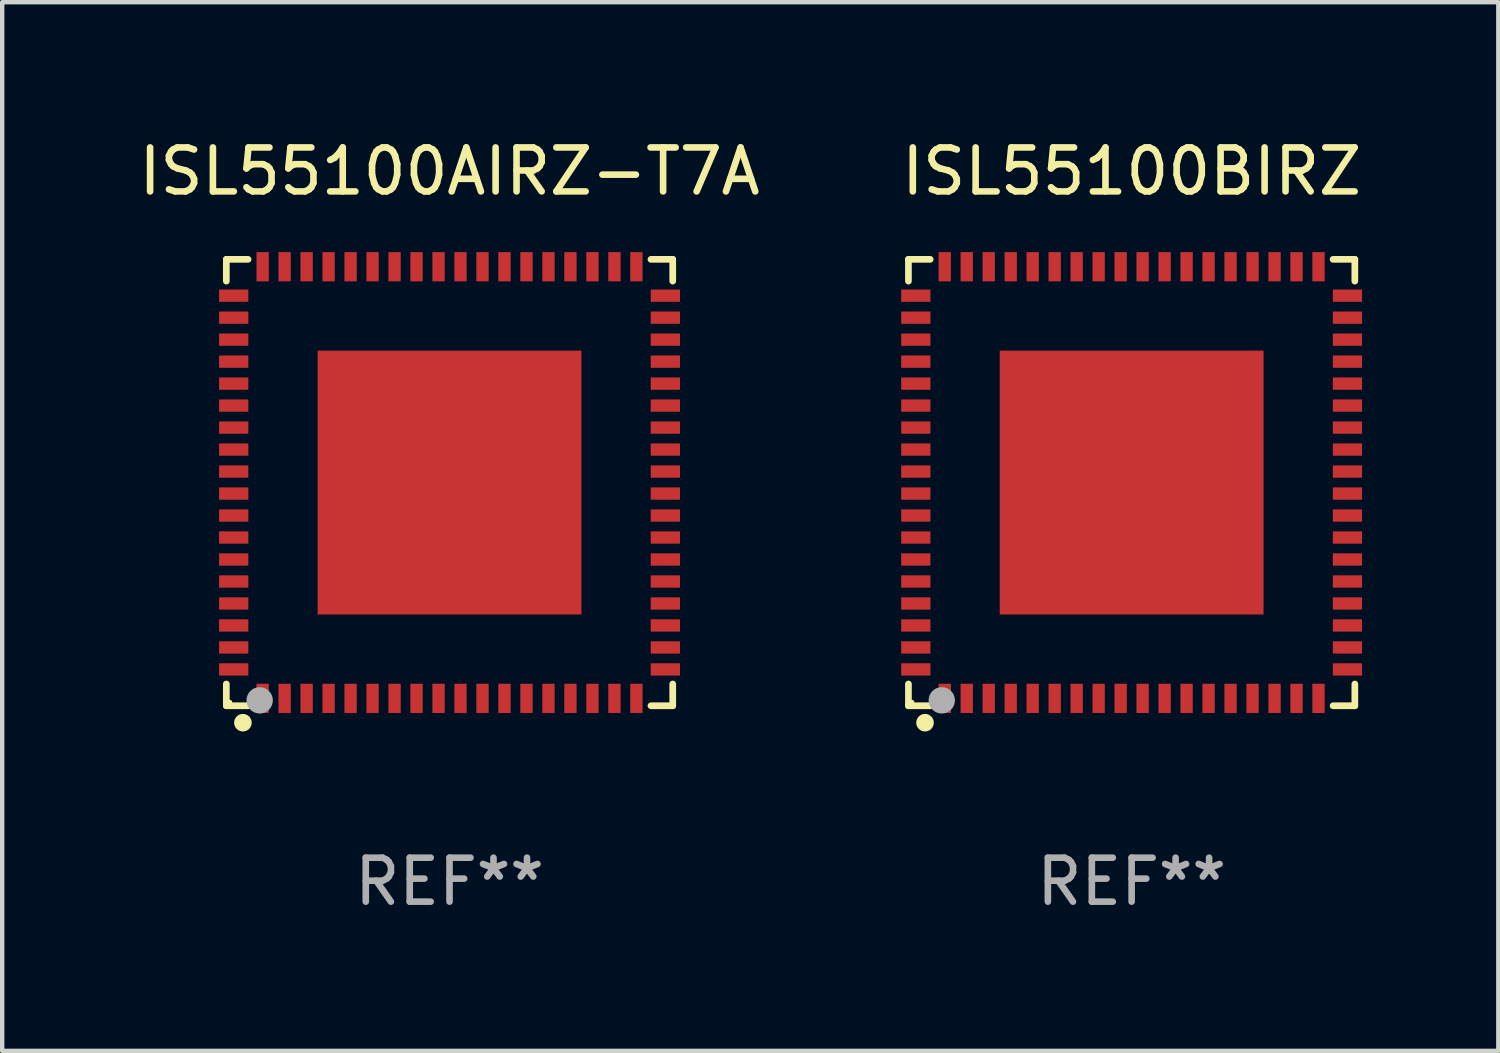
<source format=kicad_pcb>
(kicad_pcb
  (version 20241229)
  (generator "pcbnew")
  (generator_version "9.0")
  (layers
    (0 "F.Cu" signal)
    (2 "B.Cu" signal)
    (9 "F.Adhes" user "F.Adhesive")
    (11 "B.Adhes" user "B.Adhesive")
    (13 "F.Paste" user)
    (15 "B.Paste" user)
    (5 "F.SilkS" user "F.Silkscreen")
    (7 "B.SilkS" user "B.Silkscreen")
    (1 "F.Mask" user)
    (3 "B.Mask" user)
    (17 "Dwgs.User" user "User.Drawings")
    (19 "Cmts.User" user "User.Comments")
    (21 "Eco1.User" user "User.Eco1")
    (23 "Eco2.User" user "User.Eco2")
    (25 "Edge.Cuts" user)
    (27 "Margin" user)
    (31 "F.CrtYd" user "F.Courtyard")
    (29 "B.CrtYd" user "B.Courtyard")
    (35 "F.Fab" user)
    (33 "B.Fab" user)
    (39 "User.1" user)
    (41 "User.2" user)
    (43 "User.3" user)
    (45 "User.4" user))
  (footprint "ISL55100AIRZ-T7A"
    (layer "F.Cu")
    (at 7.173 7.924)
    (property "Reference" "ISL55100AIRZ-T7A" (at 0 -7.076 0) (layer "F.SilkS") (effects (font (size 1 1) (thickness 0.15))))
    (attr through_hole)
    (fp_line (start -5.076 -5.076) (end -4.581 -5.076) (stroke (width 0.152) (type solid)) (layer "F.SilkS"))
    (fp_line (start -5.076 -4.581) (end -5.076 -5.076) (stroke (width 0.152) (type solid)) (layer "F.SilkS"))
    (fp_line (start -5.076 4.581) (end -5.076 5.076) (stroke (width 0.152) (type solid)) (layer "F.SilkS"))
    (fp_line (start -5.076 5.076) (end -4.581 5.076) (stroke (width 0.152) (type solid)) (layer "F.SilkS"))
    (fp_line (start 5.076 -5.076) (end 4.581 -5.076) (stroke (width 0.152) (type solid)) (layer "F.SilkS"))
    (fp_line (start 5.076 -4.581) (end 5.076 -5.076) (stroke (width 0.152) (type solid)) (layer "F.SilkS"))
    (fp_line (start 5.076 4.581) (end 5.076 5.076) (stroke (width 0.152) (type solid)) (layer "F.SilkS"))
    (fp_line (start 5.076 5.076) (end 4.581 5.076) (stroke (width 0.152) (type solid)) (layer "F.SilkS"))
    (fp_circle (center -5 5) (end -4.97 5) (stroke (width 0.06) (type solid)) (fill no) (layer "F.SilkS"))
    (fp_circle (center -4.699 5.461) (end -4.599 5.461) (stroke (width 0.2) (type solid)) (fill no) (layer "F.SilkS"))
    (fp_circle (center -4.318 4.953) (end -4.168 4.953) (stroke (width 0.3) (type solid)) (fill no) (layer "F.Fab"))
    (fp_text user "REF**" (at 0 9.076 0) (layer "F.Fab") (effects (font (size 1 1) (thickness 0.15))))
    (pad "1" smd rect (at -4.25 4.908) (size 0.28 0.665) (layers "F.Cu" "F.Mask" "F.Paste"))
    (pad "2" smd rect (at -3.75 4.908) (size 0.28 0.665) (layers "F.Cu" "F.Mask" "F.Paste"))
    (pad "3" smd rect (at -3.25 4.908) (size 0.28 0.665) (layers "F.Cu" "F.Mask" "F.Paste"))
    (pad "4" smd rect (at -2.75 4.908) (size 0.28 0.665) (layers "F.Cu" "F.Mask" "F.Paste"))
    (pad "5" smd rect (at -2.25 4.908) (size 0.28 0.665) (layers "F.Cu" "F.Mask" "F.Paste"))
    (pad "6" smd rect (at -1.75 4.908) (size 0.28 0.665) (layers "F.Cu" "F.Mask" "F.Paste"))
    (pad "7" smd rect (at -1.25 4.908) (size 0.28 0.665) (layers "F.Cu" "F.Mask" "F.Paste"))
    (pad "8" smd rect (at -0.75 4.908) (size 0.28 0.665) (layers "F.Cu" "F.Mask" "F.Paste"))
    (pad "9" smd rect (at -0.25 4.908) (size 0.28 0.665) (layers "F.Cu" "F.Mask" "F.Paste"))
    (pad "10" smd rect (at 0.25 4.908) (size 0.28 0.665) (layers "F.Cu" "F.Mask" "F.Paste"))
    (pad "11" smd rect (at 0.75 4.908) (size 0.28 0.665) (layers "F.Cu" "F.Mask" "F.Paste"))
    (pad "12" smd rect (at 1.25 4.908) (size 0.28 0.665) (layers "F.Cu" "F.Mask" "F.Paste"))
    (pad "13" smd rect (at 1.75 4.908) (size 0.28 0.665) (layers "F.Cu" "F.Mask" "F.Paste"))
    (pad "14" smd rect (at 2.25 4.908) (size 0.28 0.665) (layers "F.Cu" "F.Mask" "F.Paste"))
    (pad "15" smd rect (at 2.75 4.908) (size 0.28 0.665) (layers "F.Cu" "F.Mask" "F.Paste"))
    (pad "16" smd rect (at 3.25 4.908) (size 0.28 0.665) (layers "F.Cu" "F.Mask" "F.Paste"))
    (pad "17" smd rect (at 3.75 4.908) (size 0.28 0.665) (layers "F.Cu" "F.Mask" "F.Paste"))
    (pad "18" smd rect (at 4.25 4.908) (size 0.28 0.665) (layers "F.Cu" "F.Mask" "F.Paste"))
    (pad "19" smd rect (at 4.908 4.25) (size 0.665 0.28) (layers "F.Cu" "F.Mask" "F.Paste"))
    (pad "20" smd rect (at 4.908 3.75) (size 0.665 0.28) (layers "F.Cu" "F.Mask" "F.Paste"))
    (pad "21" smd rect (at 4.908 3.25) (size 0.665 0.28) (layers "F.Cu" "F.Mask" "F.Paste"))
    (pad "22" smd rect (at 4.908 2.75) (size 0.665 0.28) (layers "F.Cu" "F.Mask" "F.Paste"))
    (pad "23" smd rect (at 4.908 2.25) (size 0.665 0.28) (layers "F.Cu" "F.Mask" "F.Paste"))
    (pad "24" smd rect (at 4.908 1.75) (size 0.665 0.28) (layers "F.Cu" "F.Mask" "F.Paste"))
    (pad "25" smd rect (at 4.908 1.25) (size 0.665 0.28) (layers "F.Cu" "F.Mask" "F.Paste"))
    (pad "26" smd rect (at 4.908 0.75) (size 0.665 0.28) (layers "F.Cu" "F.Mask" "F.Paste"))
    (pad "27" smd rect (at 4.908 0.25) (size 0.665 0.28) (layers "F.Cu" "F.Mask" "F.Paste"))
    (pad "28" smd rect (at 4.908 -0.25) (size 0.665 0.28) (layers "F.Cu" "F.Mask" "F.Paste"))
    (pad "29" smd rect (at 4.908 -0.75) (size 0.665 0.28) (layers "F.Cu" "F.Mask" "F.Paste"))
    (pad "30" smd rect (at 4.908 -1.25) (size 0.665 0.28) (layers "F.Cu" "F.Mask" "F.Paste"))
    (pad "31" smd rect (at 4.908 -1.75) (size 0.665 0.28) (layers "F.Cu" "F.Mask" "F.Paste"))
    (pad "32" smd rect (at 4.908 -2.25) (size 0.665 0.28) (layers "F.Cu" "F.Mask" "F.Paste"))
    (pad "33" smd rect (at 4.908 -2.75) (size 0.665 0.28) (layers "F.Cu" "F.Mask" "F.Paste"))
    (pad "34" smd rect (at 4.908 -3.25) (size 0.665 0.28) (layers "F.Cu" "F.Mask" "F.Paste"))
    (pad "35" smd rect (at 4.908 -3.75) (size 0.665 0.28) (layers "F.Cu" "F.Mask" "F.Paste"))
    (pad "36" smd rect (at 4.908 -4.25) (size 0.665 0.28) (layers "F.Cu" "F.Mask" "F.Paste"))
    (pad "37" smd rect (at 4.25 -4.908) (size 0.28 0.665) (layers "F.Cu" "F.Mask" "F.Paste"))
    (pad "38" smd rect (at 3.75 -4.908) (size 0.28 0.665) (layers "F.Cu" "F.Mask" "F.Paste"))
    (pad "39" smd rect (at 3.25 -4.908) (size 0.28 0.665) (layers "F.Cu" "F.Mask" "F.Paste"))
    (pad "40" smd rect (at 2.75 -4.908) (size 0.28 0.665) (layers "F.Cu" "F.Mask" "F.Paste"))
    (pad "41" smd rect (at 2.25 -4.908) (size 0.28 0.665) (layers "F.Cu" "F.Mask" "F.Paste"))
    (pad "42" smd rect (at 1.75 -4.908) (size 0.28 0.665) (layers "F.Cu" "F.Mask" "F.Paste"))
    (pad "43" smd rect (at 1.25 -4.908) (size 0.28 0.665) (layers "F.Cu" "F.Mask" "F.Paste"))
    (pad "44" smd rect (at 0.75 -4.908) (size 0.28 0.665) (layers "F.Cu" "F.Mask" "F.Paste"))
    (pad "45" smd rect (at 0.25 -4.908) (size 0.28 0.665) (layers "F.Cu" "F.Mask" "F.Paste"))
    (pad "46" smd rect (at -0.25 -4.908) (size 0.28 0.665) (layers "F.Cu" "F.Mask" "F.Paste"))
    (pad "47" smd rect (at -0.75 -4.908) (size 0.28 0.665) (layers "F.Cu" "F.Mask" "F.Paste"))
    (pad "48" smd rect (at -1.25 -4.908) (size 0.28 0.665) (layers "F.Cu" "F.Mask" "F.Paste"))
    (pad "49" smd rect (at -1.75 -4.908) (size 0.28 0.665) (layers "F.Cu" "F.Mask" "F.Paste"))
    (pad "50" smd rect (at -2.25 -4.908) (size 0.28 0.665) (layers "F.Cu" "F.Mask" "F.Paste"))
    (pad "51" smd rect (at -2.75 -4.908) (size 0.28 0.665) (layers "F.Cu" "F.Mask" "F.Paste"))
    (pad "52" smd rect (at -3.25 -4.908) (size 0.28 0.665) (layers "F.Cu" "F.Mask" "F.Paste"))
    (pad "53" smd rect (at -3.75 -4.908) (size 0.28 0.665) (layers "F.Cu" "F.Mask" "F.Paste"))
    (pad "54" smd rect (at -4.25 -4.908) (size 0.28 0.665) (layers "F.Cu" "F.Mask" "F.Paste"))
    (pad "55" smd rect (at -4.908 -4.25) (size 0.665 0.28) (layers "F.Cu" "F.Mask" "F.Paste"))
    (pad "56" smd rect (at -4.908 -3.75) (size 0.665 0.28) (layers "F.Cu" "F.Mask" "F.Paste"))
    (pad "57" smd rect (at -4.908 -3.25) (size 0.665 0.28) (layers "F.Cu" "F.Mask" "F.Paste"))
    (pad "58" smd rect (at -4.908 -2.75) (size 0.665 0.28) (layers "F.Cu" "F.Mask" "F.Paste"))
    (pad "59" smd rect (at -4.908 -2.25) (size 0.665 0.28) (layers "F.Cu" "F.Mask" "F.Paste"))
    (pad "60" smd rect (at -4.908 -1.75) (size 0.665 0.28) (layers "F.Cu" "F.Mask" "F.Paste"))
    (pad "61" smd rect (at -4.908 -1.25) (size 0.665 0.28) (layers "F.Cu" "F.Mask" "F.Paste"))
    (pad "62" smd rect (at -4.908 -0.75) (size 0.665 0.28) (layers "F.Cu" "F.Mask" "F.Paste"))
    (pad "63" smd rect (at -4.908 -0.25) (size 0.665 0.28) (layers "F.Cu" "F.Mask" "F.Paste"))
    (pad "64" smd rect (at -4.908 0.25) (size 0.665 0.28) (layers "F.Cu" "F.Mask" "F.Paste"))
    (pad "65" smd rect (at -4.908 0.75) (size 0.665 0.28) (layers "F.Cu" "F.Mask" "F.Paste"))
    (pad "66" smd rect (at -4.908 1.25) (size 0.665 0.28) (layers "F.Cu" "F.Mask" "F.Paste"))
    (pad "67" smd rect (at -4.908 1.75) (size 0.665 0.28) (layers "F.Cu" "F.Mask" "F.Paste"))
    (pad "68" smd rect (at -4.908 2.25) (size 0.665 0.28) (layers "F.Cu" "F.Mask" "F.Paste"))
    (pad "69" smd rect (at -4.908 2.75) (size 0.665 0.28) (layers "F.Cu" "F.Mask" "F.Paste"))
    (pad "70" smd rect (at -4.908 3.25) (size 0.665 0.28) (layers "F.Cu" "F.Mask" "F.Paste"))
    (pad "71" smd rect (at -4.908 3.75) (size 0.665 0.28) (layers "F.Cu" "F.Mask" "F.Paste"))
    (pad "72" smd rect (at -4.908 4.25) (size 0.665 0.28) (layers "F.Cu" "F.Mask" "F.Paste"))
    (pad "73" smd rect (at 0 0) (size 6 6) (layers "F.Cu" "F.Mask" "F.Paste")))
  (footprint "ISL55100BIRZ"
    (layer "F.Cu")
    (at 22.685 7.924)
    (property "Reference" "ISL55100BIRZ" (at 0 -7.076 0) (layer "F.SilkS") (effects (font (size 1 1) (thickness 0.15))))
    (attr through_hole)
    (fp_line (start -5.076 -5.076) (end -4.581 -5.076) (stroke (width 0.152) (type solid)) (layer "F.SilkS"))
    (fp_line (start -5.076 -4.581) (end -5.076 -5.076) (stroke (width 0.152) (type solid)) (layer "F.SilkS"))
    (fp_line (start -5.076 4.581) (end -5.076 5.076) (stroke (width 0.152) (type solid)) (layer "F.SilkS"))
    (fp_line (start -5.076 5.076) (end -4.581 5.076) (stroke (width 0.152) (type solid)) (layer "F.SilkS"))
    (fp_line (start 5.076 -5.076) (end 4.581 -5.076) (stroke (width 0.152) (type solid)) (layer "F.SilkS"))
    (fp_line (start 5.076 -4.581) (end 5.076 -5.076) (stroke (width 0.152) (type solid)) (layer "F.SilkS"))
    (fp_line (start 5.076 4.581) (end 5.076 5.076) (stroke (width 0.152) (type solid)) (layer "F.SilkS"))
    (fp_line (start 5.076 5.076) (end 4.581 5.076) (stroke (width 0.152) (type solid)) (layer "F.SilkS"))
    (fp_circle (center -5 5) (end -4.97 5) (stroke (width 0.06) (type solid)) (fill no) (layer "F.SilkS"))
    (fp_circle (center -4.699 5.461) (end -4.599 5.461) (stroke (width 0.2) (type solid)) (fill no) (layer "F.SilkS"))
    (fp_circle (center -4.318 4.953) (end -4.168 4.953) (stroke (width 0.3) (type solid)) (fill no) (layer "F.Fab"))
    (fp_text user "REF**" (at 0 9.076 0) (layer "F.Fab") (effects (font (size 1 1) (thickness 0.15))))
    (pad "1" smd rect (at -4.25 4.908) (size 0.28 0.665) (layers "F.Cu" "F.Mask" "F.Paste"))
    (pad "2" smd rect (at -3.75 4.908) (size 0.28 0.665) (layers "F.Cu" "F.Mask" "F.Paste"))
    (pad "3" smd rect (at -3.25 4.908) (size 0.28 0.665) (layers "F.Cu" "F.Mask" "F.Paste"))
    (pad "4" smd rect (at -2.75 4.908) (size 0.28 0.665) (layers "F.Cu" "F.Mask" "F.Paste"))
    (pad "5" smd rect (at -2.25 4.908) (size 0.28 0.665) (layers "F.Cu" "F.Mask" "F.Paste"))
    (pad "6" smd rect (at -1.75 4.908) (size 0.28 0.665) (layers "F.Cu" "F.Mask" "F.Paste"))
    (pad "7" smd rect (at -1.25 4.908) (size 0.28 0.665) (layers "F.Cu" "F.Mask" "F.Paste"))
    (pad "8" smd rect (at -0.75 4.908) (size 0.28 0.665) (layers "F.Cu" "F.Mask" "F.Paste"))
    (pad "9" smd rect (at -0.25 4.908) (size 0.28 0.665) (layers "F.Cu" "F.Mask" "F.Paste"))
    (pad "10" smd rect (at 0.25 4.908) (size 0.28 0.665) (layers "F.Cu" "F.Mask" "F.Paste"))
    (pad "11" smd rect (at 0.75 4.908) (size 0.28 0.665) (layers "F.Cu" "F.Mask" "F.Paste"))
    (pad "12" smd rect (at 1.25 4.908) (size 0.28 0.665) (layers "F.Cu" "F.Mask" "F.Paste"))
    (pad "13" smd rect (at 1.75 4.908) (size 0.28 0.665) (layers "F.Cu" "F.Mask" "F.Paste"))
    (pad "14" smd rect (at 2.25 4.908) (size 0.28 0.665) (layers "F.Cu" "F.Mask" "F.Paste"))
    (pad "15" smd rect (at 2.75 4.908) (size 0.28 0.665) (layers "F.Cu" "F.Mask" "F.Paste"))
    (pad "16" smd rect (at 3.25 4.908) (size 0.28 0.665) (layers "F.Cu" "F.Mask" "F.Paste"))
    (pad "17" smd rect (at 3.75 4.908) (size 0.28 0.665) (layers "F.Cu" "F.Mask" "F.Paste"))
    (pad "18" smd rect (at 4.25 4.908) (size 0.28 0.665) (layers "F.Cu" "F.Mask" "F.Paste"))
    (pad "19" smd rect (at 4.908 4.25) (size 0.665 0.28) (layers "F.Cu" "F.Mask" "F.Paste"))
    (pad "20" smd rect (at 4.908 3.75) (size 0.665 0.28) (layers "F.Cu" "F.Mask" "F.Paste"))
    (pad "21" smd rect (at 4.908 3.25) (size 0.665 0.28) (layers "F.Cu" "F.Mask" "F.Paste"))
    (pad "22" smd rect (at 4.908 2.75) (size 0.665 0.28) (layers "F.Cu" "F.Mask" "F.Paste"))
    (pad "23" smd rect (at 4.908 2.25) (size 0.665 0.28) (layers "F.Cu" "F.Mask" "F.Paste"))
    (pad "24" smd rect (at 4.908 1.75) (size 0.665 0.28) (layers "F.Cu" "F.Mask" "F.Paste"))
    (pad "25" smd rect (at 4.908 1.25) (size 0.665 0.28) (layers "F.Cu" "F.Mask" "F.Paste"))
    (pad "26" smd rect (at 4.908 0.75) (size 0.665 0.28) (layers "F.Cu" "F.Mask" "F.Paste"))
    (pad "27" smd rect (at 4.908 0.25) (size 0.665 0.28) (layers "F.Cu" "F.Mask" "F.Paste"))
    (pad "28" smd rect (at 4.908 -0.25) (size 0.665 0.28) (layers "F.Cu" "F.Mask" "F.Paste"))
    (pad "29" smd rect (at 4.908 -0.75) (size 0.665 0.28) (layers "F.Cu" "F.Mask" "F.Paste"))
    (pad "30" smd rect (at 4.908 -1.25) (size 0.665 0.28) (layers "F.Cu" "F.Mask" "F.Paste"))
    (pad "31" smd rect (at 4.908 -1.75) (size 0.665 0.28) (layers "F.Cu" "F.Mask" "F.Paste"))
    (pad "32" smd rect (at 4.908 -2.25) (size 0.665 0.28) (layers "F.Cu" "F.Mask" "F.Paste"))
    (pad "33" smd rect (at 4.908 -2.75) (size 0.665 0.28) (layers "F.Cu" "F.Mask" "F.Paste"))
    (pad "34" smd rect (at 4.908 -3.25) (size 0.665 0.28) (layers "F.Cu" "F.Mask" "F.Paste"))
    (pad "35" smd rect (at 4.908 -3.75) (size 0.665 0.28) (layers "F.Cu" "F.Mask" "F.Paste"))
    (pad "36" smd rect (at 4.908 -4.25) (size 0.665 0.28) (layers "F.Cu" "F.Mask" "F.Paste"))
    (pad "37" smd rect (at 4.25 -4.908) (size 0.28 0.665) (layers "F.Cu" "F.Mask" "F.Paste"))
    (pad "38" smd rect (at 3.75 -4.908) (size 0.28 0.665) (layers "F.Cu" "F.Mask" "F.Paste"))
    (pad "39" smd rect (at 3.25 -4.908) (size 0.28 0.665) (layers "F.Cu" "F.Mask" "F.Paste"))
    (pad "40" smd rect (at 2.75 -4.908) (size 0.28 0.665) (layers "F.Cu" "F.Mask" "F.Paste"))
    (pad "41" smd rect (at 2.25 -4.908) (size 0.28 0.665) (layers "F.Cu" "F.Mask" "F.Paste"))
    (pad "42" smd rect (at 1.75 -4.908) (size 0.28 0.665) (layers "F.Cu" "F.Mask" "F.Paste"))
    (pad "43" smd rect (at 1.25 -4.908) (size 0.28 0.665) (layers "F.Cu" "F.Mask" "F.Paste"))
    (pad "44" smd rect (at 0.75 -4.908) (size 0.28 0.665) (layers "F.Cu" "F.Mask" "F.Paste"))
    (pad "45" smd rect (at 0.25 -4.908) (size 0.28 0.665) (layers "F.Cu" "F.Mask" "F.Paste"))
    (pad "46" smd rect (at -0.25 -4.908) (size 0.28 0.665) (layers "F.Cu" "F.Mask" "F.Paste"))
    (pad "47" smd rect (at -0.75 -4.908) (size 0.28 0.665) (layers "F.Cu" "F.Mask" "F.Paste"))
    (pad "48" smd rect (at -1.25 -4.908) (size 0.28 0.665) (layers "F.Cu" "F.Mask" "F.Paste"))
    (pad "49" smd rect (at -1.75 -4.908) (size 0.28 0.665) (layers "F.Cu" "F.Mask" "F.Paste"))
    (pad "50" smd rect (at -2.25 -4.908) (size 0.28 0.665) (layers "F.Cu" "F.Mask" "F.Paste"))
    (pad "51" smd rect (at -2.75 -4.908) (size 0.28 0.665) (layers "F.Cu" "F.Mask" "F.Paste"))
    (pad "52" smd rect (at -3.25 -4.908) (size 0.28 0.665) (layers "F.Cu" "F.Mask" "F.Paste"))
    (pad "53" smd rect (at -3.75 -4.908) (size 0.28 0.665) (layers "F.Cu" "F.Mask" "F.Paste"))
    (pad "54" smd rect (at -4.25 -4.908) (size 0.28 0.665) (layers "F.Cu" "F.Mask" "F.Paste"))
    (pad "55" smd rect (at -4.908 -4.25) (size 0.665 0.28) (layers "F.Cu" "F.Mask" "F.Paste"))
    (pad "56" smd rect (at -4.908 -3.75) (size 0.665 0.28) (layers "F.Cu" "F.Mask" "F.Paste"))
    (pad "57" smd rect (at -4.908 -3.25) (size 0.665 0.28) (layers "F.Cu" "F.Mask" "F.Paste"))
    (pad "58" smd rect (at -4.908 -2.75) (size 0.665 0.28) (layers "F.Cu" "F.Mask" "F.Paste"))
    (pad "59" smd rect (at -4.908 -2.25) (size 0.665 0.28) (layers "F.Cu" "F.Mask" "F.Paste"))
    (pad "60" smd rect (at -4.908 -1.75) (size 0.665 0.28) (layers "F.Cu" "F.Mask" "F.Paste"))
    (pad "61" smd rect (at -4.908 -1.25) (size 0.665 0.28) (layers "F.Cu" "F.Mask" "F.Paste"))
    (pad "62" smd rect (at -4.908 -0.75) (size 0.665 0.28) (layers "F.Cu" "F.Mask" "F.Paste"))
    (pad "63" smd rect (at -4.908 -0.25) (size 0.665 0.28) (layers "F.Cu" "F.Mask" "F.Paste"))
    (pad "64" smd rect (at -4.908 0.25) (size 0.665 0.28) (layers "F.Cu" "F.Mask" "F.Paste"))
    (pad "65" smd rect (at -4.908 0.75) (size 0.665 0.28) (layers "F.Cu" "F.Mask" "F.Paste"))
    (pad "66" smd rect (at -4.908 1.25) (size 0.665 0.28) (layers "F.Cu" "F.Mask" "F.Paste"))
    (pad "67" smd rect (at -4.908 1.75) (size 0.665 0.28) (layers "F.Cu" "F.Mask" "F.Paste"))
    (pad "68" smd rect (at -4.908 2.25) (size 0.665 0.28) (layers "F.Cu" "F.Mask" "F.Paste"))
    (pad "69" smd rect (at -4.908 2.75) (size 0.665 0.28) (layers "F.Cu" "F.Mask" "F.Paste"))
    (pad "70" smd rect (at -4.908 3.25) (size 0.665 0.28) (layers "F.Cu" "F.Mask" "F.Paste"))
    (pad "71" smd rect (at -4.908 3.75) (size 0.665 0.28) (layers "F.Cu" "F.Mask" "F.Paste"))
    (pad "72" smd rect (at -4.908 4.25) (size 0.665 0.28) (layers "F.Cu" "F.Mask" "F.Paste"))
    (pad "73" smd rect (at 0 0) (size 6 6) (layers "F.Cu" "F.Mask" "F.Paste")))
  (gr_rect
    (start -3 -3)
    (end 31.024 20.849)
    (stroke (width 0.1) (type default))
    (fill no)
    (layer "Edge.Cuts")))
</source>
